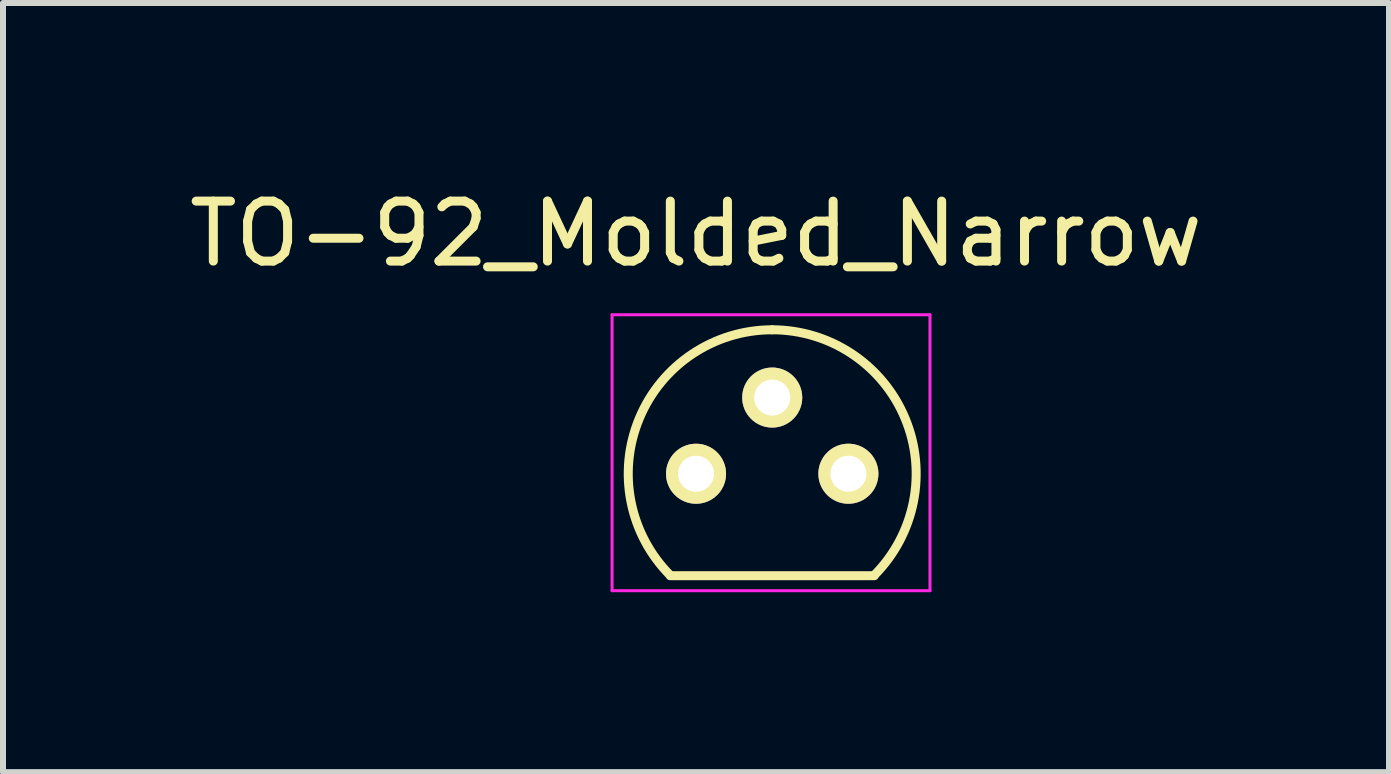
<source format=kicad_pcb>
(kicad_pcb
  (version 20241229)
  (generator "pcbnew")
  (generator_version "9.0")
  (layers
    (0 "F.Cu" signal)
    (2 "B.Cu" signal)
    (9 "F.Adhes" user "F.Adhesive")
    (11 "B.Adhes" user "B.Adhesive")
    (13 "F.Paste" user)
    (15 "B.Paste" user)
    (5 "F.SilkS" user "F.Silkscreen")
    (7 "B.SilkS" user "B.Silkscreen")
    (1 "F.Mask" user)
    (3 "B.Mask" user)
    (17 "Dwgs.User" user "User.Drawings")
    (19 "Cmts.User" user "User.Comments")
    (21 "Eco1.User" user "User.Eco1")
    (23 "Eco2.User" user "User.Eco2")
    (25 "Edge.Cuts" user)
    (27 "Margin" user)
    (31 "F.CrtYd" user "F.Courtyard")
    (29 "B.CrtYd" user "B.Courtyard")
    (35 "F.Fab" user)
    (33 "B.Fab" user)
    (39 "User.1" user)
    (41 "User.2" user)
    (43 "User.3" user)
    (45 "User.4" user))
  (footprint "TO-92_Molded_Narrow"
    (layer "F.Cu")
    (at 8.554 4.848)
    (property "Reference" "TO-92_Molded_Narrow" (at 0 -4 0) (layer "F.SilkS") (effects (font (size 1 1) (thickness 0.15))))
    (attr through_hole)
    (fp_line (start -0.43 1.7) (end 2.97 1.7) (stroke (width 0.15) (type solid)) (layer "F.SilkS"))
    (fp_arc (start -0.427056 1.697056) (mid -0.947311 -0.91844) (end 1.27 -2.4) (stroke (width 0.15) (type solid)) (layer "F.SilkS"))
    (fp_arc (start 1.27 -2.4) (mid 3.487311 -0.91844) (end 2.967056 1.697056) (stroke (width 0.15) (type solid)) (layer "F.SilkS"))
    (fp_line (start -1.4 -2.65) (end 3.9 -2.65) (stroke (width 0.05) (type solid)) (layer "F.CrtYd"))
    (fp_line (start -1.4 1.95) (end -1.4 -2.65) (stroke (width 0.05) (type solid)) (layer "F.CrtYd"))
    (fp_line (start -1.4 1.95) (end 3.9 1.95) (stroke (width 0.05) (type solid)) (layer "F.CrtYd"))
    (fp_line (start 3.9 1.95) (end 3.9 -2.65) (stroke (width 0.05) (type solid)) (layer "F.CrtYd"))
    (pad "B" thru_hole circle (at 1.27 -1.27 90) (size 1.001 1.001) (drill 0.6) (layers "*.Cu" "*.Mask" "F.SilkS"))
    (pad "C" thru_hole circle (at 0 0 90) (size 1.001 1.001) (drill 0.6) (layers "*.Cu" "*.Mask" "F.SilkS"))
    (pad "E" thru_hole circle (at 2.54 0 90) (size 1.001 1.001) (drill 0.6) (layers "*.Cu" "*.Mask" "F.SilkS")))
  (gr_rect
    (start -3 -3)
    (end 20.107 9.823)
    (stroke (width 0.1) (type default))
    (fill no)
    (layer "Edge.Cuts")))
</source>
